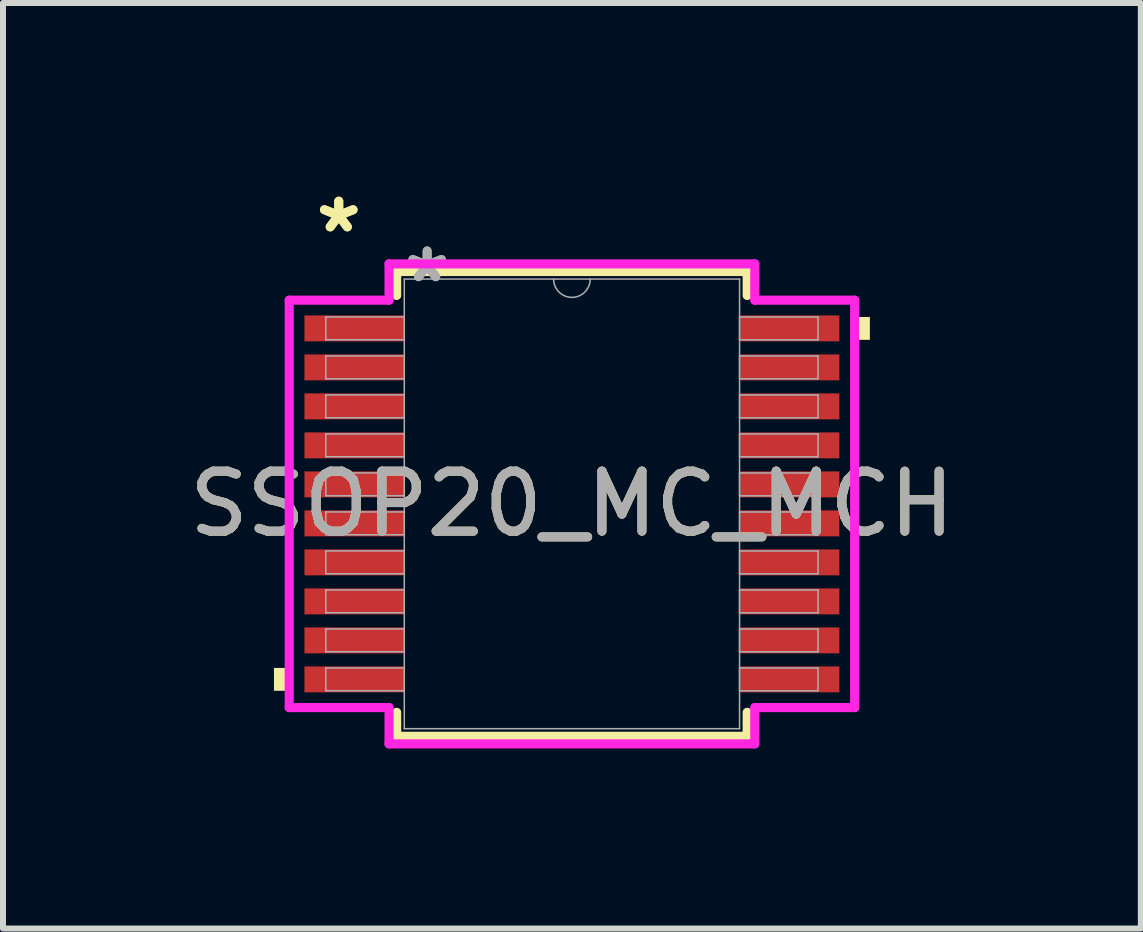
<source format=kicad_pcb>
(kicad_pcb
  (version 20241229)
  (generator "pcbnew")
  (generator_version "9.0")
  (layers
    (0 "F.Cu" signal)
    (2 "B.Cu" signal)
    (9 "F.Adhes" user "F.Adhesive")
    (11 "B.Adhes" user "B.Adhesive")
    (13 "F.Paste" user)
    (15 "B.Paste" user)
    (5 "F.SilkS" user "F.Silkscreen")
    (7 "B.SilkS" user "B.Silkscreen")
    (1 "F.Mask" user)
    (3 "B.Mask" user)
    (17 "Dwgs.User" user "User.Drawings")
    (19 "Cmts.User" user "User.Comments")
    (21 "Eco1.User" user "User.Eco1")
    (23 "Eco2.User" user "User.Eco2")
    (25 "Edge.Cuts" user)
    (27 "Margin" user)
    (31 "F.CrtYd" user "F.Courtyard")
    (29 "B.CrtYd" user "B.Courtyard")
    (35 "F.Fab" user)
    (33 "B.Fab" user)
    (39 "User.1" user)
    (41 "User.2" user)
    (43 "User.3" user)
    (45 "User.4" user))
  (footprint "SSOP20_MC_MCH"
    (layer "F.Cu")
    (at 6.482 5.348)
    (property "Reference" "SSOP20_MC_MCH" (at 0 0 0) (unlocked yes) (layer "F.SilkS") (effects (font (size 1 1) (thickness 0.15))))
    (attr smd)
    (fp_line (start -2.921 -3.873) (end -2.921 -3.474) (stroke (width 0.152) (type solid)) (layer "F.SilkS"))
    (fp_line (start -2.921 3.474) (end -2.921 3.873) (stroke (width 0.152) (type solid)) (layer "F.SilkS"))
    (fp_line (start -2.921 3.873) (end 2.921 3.873) (stroke (width 0.152) (type solid)) (layer "F.SilkS"))
    (fp_line (start 2.921 -3.873) (end -2.921 -3.873) (stroke (width 0.152) (type solid)) (layer "F.SilkS"))
    (fp_line (start 2.921 -3.474) (end 2.921 -3.873) (stroke (width 0.152) (type solid)) (layer "F.SilkS"))
    (fp_line (start 2.921 3.873) (end 2.921 3.474) (stroke (width 0.152) (type solid)) (layer "F.SilkS"))
    (fp_poly (pts (xy -4.966 2.734) (xy -4.966 3.115) (xy -4.712 3.115) (xy -4.712 2.734)) (stroke (width 0) (type solid)) (fill yes) (layer "F.SilkS"))
    (fp_poly (pts (xy 4.966 -3.115) (xy 4.966 -2.734) (xy 4.712 -2.734) (xy 4.712 -3.115)) (stroke (width 0) (type solid)) (fill yes) (layer "F.SilkS"))
    (fp_line (start -4.712 -3.395) (end -3.048 -3.395) (stroke (width 0.152) (type solid)) (layer "F.CrtYd"))
    (fp_line (start -4.712 3.395) (end -4.712 -3.395) (stroke (width 0.152) (type solid)) (layer "F.CrtYd"))
    (fp_line (start -4.712 3.395) (end -3.048 3.395) (stroke (width 0.152) (type solid)) (layer "F.CrtYd"))
    (fp_line (start -3.048 -4) (end 3.048 -4) (stroke (width 0.152) (type solid)) (layer "F.CrtYd"))
    (fp_line (start -3.048 -3.395) (end -3.048 -4) (stroke (width 0.152) (type solid)) (layer "F.CrtYd"))
    (fp_line (start -3.048 4) (end -3.048 3.395) (stroke (width 0.152) (type solid)) (layer "F.CrtYd"))
    (fp_line (start 3.048 -4) (end 3.048 -3.395) (stroke (width 0.152) (type solid)) (layer "F.CrtYd"))
    (fp_line (start 3.048 3.395) (end 3.048 4) (stroke (width 0.152) (type solid)) (layer "F.CrtYd"))
    (fp_line (start 3.048 4) (end -3.048 4) (stroke (width 0.152) (type solid)) (layer "F.CrtYd"))
    (fp_line (start 4.712 -3.395) (end 3.048 -3.395) (stroke (width 0.152) (type solid)) (layer "F.CrtYd"))
    (fp_line (start 4.712 -3.395) (end 4.712 3.395) (stroke (width 0.152) (type solid)) (layer "F.CrtYd"))
    (fp_line (start 4.712 3.395) (end 3.048 3.395) (stroke (width 0.152) (type solid)) (layer "F.CrtYd"))
    (fp_line (start -4.102 -3.116) (end -4.102 -2.735) (stroke (width 0.025) (type solid)) (layer "F.Fab"))
    (fp_line (start -4.102 -2.735) (end -2.794 -2.735) (stroke (width 0.025) (type solid)) (layer "F.Fab"))
    (fp_line (start -4.102 -2.466) (end -4.102 -2.084) (stroke (width 0.025) (type solid)) (layer "F.Fab"))
    (fp_line (start -4.102 -2.084) (end -2.794 -2.084) (stroke (width 0.025) (type solid)) (layer "F.Fab"))
    (fp_line (start -4.102 -1.816) (end -4.102 -1.435) (stroke (width 0.025) (type solid)) (layer "F.Fab"))
    (fp_line (start -4.102 -1.435) (end -2.794 -1.435) (stroke (width 0.025) (type solid)) (layer "F.Fab"))
    (fp_line (start -4.102 -1.166) (end -4.102 -0.785) (stroke (width 0.025) (type solid)) (layer "F.Fab"))
    (fp_line (start -4.102 -0.785) (end -2.794 -0.785) (stroke (width 0.025) (type solid)) (layer "F.Fab"))
    (fp_line (start -4.102 -0.516) (end -4.102 -0.135) (stroke (width 0.025) (type solid)) (layer "F.Fab"))
    (fp_line (start -4.102 -0.135) (end -2.794 -0.135) (stroke (width 0.025) (type solid)) (layer "F.Fab"))
    (fp_line (start -4.102 0.134) (end -4.102 0.515) (stroke (width 0.025) (type solid)) (layer "F.Fab"))
    (fp_line (start -4.102 0.515) (end -2.794 0.515) (stroke (width 0.025) (type solid)) (layer "F.Fab"))
    (fp_line (start -4.102 0.784) (end -4.102 1.165) (stroke (width 0.025) (type solid)) (layer "F.Fab"))
    (fp_line (start -4.102 1.165) (end -2.794 1.165) (stroke (width 0.025) (type solid)) (layer "F.Fab"))
    (fp_line (start -4.102 1.434) (end -4.102 1.815) (stroke (width 0.025) (type solid)) (layer "F.Fab"))
    (fp_line (start -4.102 1.815) (end -2.794 1.815) (stroke (width 0.025) (type solid)) (layer "F.Fab"))
    (fp_line (start -4.102 2.084) (end -4.102 2.465) (stroke (width 0.025) (type solid)) (layer "F.Fab"))
    (fp_line (start -4.102 2.465) (end -2.794 2.465) (stroke (width 0.025) (type solid)) (layer "F.Fab"))
    (fp_line (start -4.102 2.734) (end -4.102 3.115) (stroke (width 0.025) (type solid)) (layer "F.Fab"))
    (fp_line (start -4.102 3.115) (end -2.794 3.115) (stroke (width 0.025) (type solid)) (layer "F.Fab"))
    (fp_line (start -2.794 -3.747) (end -2.794 3.747) (stroke (width 0.025) (type solid)) (layer "F.Fab"))
    (fp_line (start -2.794 -3.116) (end -4.102 -3.116) (stroke (width 0.025) (type solid)) (layer "F.Fab"))
    (fp_line (start -2.794 -2.735) (end -2.794 -3.116) (stroke (width 0.025) (type solid)) (layer "F.Fab"))
    (fp_line (start -2.794 -2.466) (end -4.102 -2.466) (stroke (width 0.025) (type solid)) (layer "F.Fab"))
    (fp_line (start -2.794 -2.084) (end -2.794 -2.466) (stroke (width 0.025) (type solid)) (layer "F.Fab"))
    (fp_line (start -2.794 -1.816) (end -4.102 -1.816) (stroke (width 0.025) (type solid)) (layer "F.Fab"))
    (fp_line (start -2.794 -1.435) (end -2.794 -1.816) (stroke (width 0.025) (type solid)) (layer "F.Fab"))
    (fp_line (start -2.794 -1.166) (end -4.102 -1.166) (stroke (width 0.025) (type solid)) (layer "F.Fab"))
    (fp_line (start -2.794 -0.785) (end -2.794 -1.166) (stroke (width 0.025) (type solid)) (layer "F.Fab"))
    (fp_line (start -2.794 -0.516) (end -4.102 -0.516) (stroke (width 0.025) (type solid)) (layer "F.Fab"))
    (fp_line (start -2.794 -0.135) (end -2.794 -0.516) (stroke (width 0.025) (type solid)) (layer "F.Fab"))
    (fp_line (start -2.794 0.134) (end -4.102 0.134) (stroke (width 0.025) (type solid)) (layer "F.Fab"))
    (fp_line (start -2.794 0.515) (end -2.794 0.134) (stroke (width 0.025) (type solid)) (layer "F.Fab"))
    (fp_line (start -2.794 0.784) (end -4.102 0.784) (stroke (width 0.025) (type solid)) (layer "F.Fab"))
    (fp_line (start -2.794 1.165) (end -2.794 0.784) (stroke (width 0.025) (type solid)) (layer "F.Fab"))
    (fp_line (start -2.794 1.434) (end -4.102 1.434) (stroke (width 0.025) (type solid)) (layer "F.Fab"))
    (fp_line (start -2.794 1.815) (end -2.794 1.434) (stroke (width 0.025) (type solid)) (layer "F.Fab"))
    (fp_line (start -2.794 2.084) (end -4.102 2.084) (stroke (width 0.025) (type solid)) (layer "F.Fab"))
    (fp_line (start -2.794 2.465) (end -2.794 2.084) (stroke (width 0.025) (type solid)) (layer "F.Fab"))
    (fp_line (start -2.794 2.734) (end -4.102 2.734) (stroke (width 0.025) (type solid)) (layer "F.Fab"))
    (fp_line (start -2.794 3.115) (end -2.794 2.734) (stroke (width 0.025) (type solid)) (layer "F.Fab"))
    (fp_line (start -2.794 3.747) (end 2.794 3.747) (stroke (width 0.025) (type solid)) (layer "F.Fab"))
    (fp_line (start 2.794 -3.747) (end -2.794 -3.747) (stroke (width 0.025) (type solid)) (layer "F.Fab"))
    (fp_line (start 2.794 -3.115) (end 2.794 -2.734) (stroke (width 0.025) (type solid)) (layer "F.Fab"))
    (fp_line (start 2.794 -2.734) (end 4.102 -2.734) (stroke (width 0.025) (type solid)) (layer "F.Fab"))
    (fp_line (start 2.794 -2.465) (end 2.794 -2.084) (stroke (width 0.025) (type solid)) (layer "F.Fab"))
    (fp_line (start 2.794 -2.084) (end 4.102 -2.084) (stroke (width 0.025) (type solid)) (layer "F.Fab"))
    (fp_line (start 2.794 -1.815) (end 2.794 -1.434) (stroke (width 0.025) (type solid)) (layer "F.Fab"))
    (fp_line (start 2.794 -1.434) (end 4.102 -1.434) (stroke (width 0.025) (type solid)) (layer "F.Fab"))
    (fp_line (start 2.794 -1.165) (end 2.794 -0.784) (stroke (width 0.025) (type solid)) (layer "F.Fab"))
    (fp_line (start 2.794 -0.784) (end 4.102 -0.784) (stroke (width 0.025) (type solid)) (layer "F.Fab"))
    (fp_line (start 2.794 -0.515) (end 2.794 -0.134) (stroke (width 0.025) (type solid)) (layer "F.Fab"))
    (fp_line (start 2.794 -0.134) (end 4.102 -0.134) (stroke (width 0.025) (type solid)) (layer "F.Fab"))
    (fp_line (start 2.794 0.135) (end 2.794 0.516) (stroke (width 0.025) (type solid)) (layer "F.Fab"))
    (fp_line (start 2.794 0.516) (end 4.102 0.516) (stroke (width 0.025) (type solid)) (layer "F.Fab"))
    (fp_line (start 2.794 0.785) (end 2.794 1.166) (stroke (width 0.025) (type solid)) (layer "F.Fab"))
    (fp_line (start 2.794 1.166) (end 4.102 1.166) (stroke (width 0.025) (type solid)) (layer "F.Fab"))
    (fp_line (start 2.794 1.435) (end 2.794 1.816) (stroke (width 0.025) (type solid)) (layer "F.Fab"))
    (fp_line (start 2.794 1.816) (end 4.102 1.816) (stroke (width 0.025) (type solid)) (layer "F.Fab"))
    (fp_line (start 2.794 2.085) (end 2.794 2.466) (stroke (width 0.025) (type solid)) (layer "F.Fab"))
    (fp_line (start 2.794 2.466) (end 4.102 2.466) (stroke (width 0.025) (type solid)) (layer "F.Fab"))
    (fp_line (start 2.794 2.735) (end 2.794 3.116) (stroke (width 0.025) (type solid)) (layer "F.Fab"))
    (fp_line (start 2.794 3.116) (end 4.102 3.116) (stroke (width 0.025) (type solid)) (layer "F.Fab"))
    (fp_line (start 2.794 3.747) (end 2.794 -3.747) (stroke (width 0.025) (type solid)) (layer "F.Fab"))
    (fp_line (start 4.102 -3.115) (end 2.794 -3.115) (stroke (width 0.025) (type solid)) (layer "F.Fab"))
    (fp_line (start 4.102 -2.734) (end 4.102 -3.115) (stroke (width 0.025) (type solid)) (layer "F.Fab"))
    (fp_line (start 4.102 -2.465) (end 2.794 -2.465) (stroke (width 0.025) (type solid)) (layer "F.Fab"))
    (fp_line (start 4.102 -2.084) (end 4.102 -2.465) (stroke (width 0.025) (type solid)) (layer "F.Fab"))
    (fp_line (start 4.102 -1.815) (end 2.794 -1.815) (stroke (width 0.025) (type solid)) (layer "F.Fab"))
    (fp_line (start 4.102 -1.434) (end 4.102 -1.815) (stroke (width 0.025) (type solid)) (layer "F.Fab"))
    (fp_line (start 4.102 -1.165) (end 2.794 -1.165) (stroke (width 0.025) (type solid)) (layer "F.Fab"))
    (fp_line (start 4.102 -0.784) (end 4.102 -1.165) (stroke (width 0.025) (type solid)) (layer "F.Fab"))
    (fp_line (start 4.102 -0.515) (end 2.794 -0.515) (stroke (width 0.025) (type solid)) (layer "F.Fab"))
    (fp_line (start 4.102 -0.134) (end 4.102 -0.515) (stroke (width 0.025) (type solid)) (layer "F.Fab"))
    (fp_line (start 4.102 0.135) (end 2.794 0.135) (stroke (width 0.025) (type solid)) (layer "F.Fab"))
    (fp_line (start 4.102 0.516) (end 4.102 0.135) (stroke (width 0.025) (type solid)) (layer "F.Fab"))
    (fp_line (start 4.102 0.785) (end 2.794 0.785) (stroke (width 0.025) (type solid)) (layer "F.Fab"))
    (fp_line (start 4.102 1.166) (end 4.102 0.785) (stroke (width 0.025) (type solid)) (layer "F.Fab"))
    (fp_line (start 4.102 1.435) (end 2.794 1.435) (stroke (width 0.025) (type solid)) (layer "F.Fab"))
    (fp_line (start 4.102 1.816) (end 4.102 1.435) (stroke (width 0.025) (type solid)) (layer "F.Fab"))
    (fp_line (start 4.102 2.085) (end 2.794 2.085) (stroke (width 0.025) (type solid)) (layer "F.Fab"))
    (fp_line (start 4.102 2.466) (end 4.102 2.085) (stroke (width 0.025) (type solid)) (layer "F.Fab"))
    (fp_line (start 4.102 2.735) (end 2.794 2.735) (stroke (width 0.025) (type solid)) (layer "F.Fab"))
    (fp_line (start 4.102 3.116) (end 4.102 2.735) (stroke (width 0.025) (type solid)) (layer "F.Fab"))
    (fp_arc (start 0.3048 -3.7465) (mid 0 -3.4417) (end -0.3048 -3.7465) (stroke (width 0.0254) (type solid)) (layer "F.Fab"))
    (fp_text user "*" (at -3.886 -4.5 0) (unlocked yes) (layer "F.SilkS") (effects (font (size 1 1) (thickness 0.15))))
    (fp_text user "*" (at -3.886 -4.5 0) (layer "F.SilkS") (effects (font (size 1 1) (thickness 0.15))))
    (fp_text user "*" (at -2.413 -3.67 0) (layer "F.Fab") (effects (font (size 1 1) (thickness 0.15))))
    (fp_text user "*" (at -2.413 -3.67 0) (unlocked yes) (layer "F.Fab") (effects (font (size 1 1) (thickness 0.15))))
    (fp_text user "${REFERENCE}" (at 0 0 0) (unlocked yes) (layer "F.Fab") (effects (font (size 1 1) (thickness 0.15))))
    (pad "1" smd rect (at -3.632 -2.925) (size 1.651 0.432) (layers "F.Cu" "F.Mask" "F.Paste"))
    (pad "2" smd rect (at -3.632 -2.275) (size 1.651 0.432) (layers "F.Cu" "F.Mask" "F.Paste"))
    (pad "3" smd rect (at -3.632 -1.625) (size 1.651 0.432) (layers "F.Cu" "F.Mask" "F.Paste"))
    (pad "4" smd rect (at -3.632 -0.975) (size 1.651 0.432) (layers "F.Cu" "F.Mask" "F.Paste"))
    (pad "5" smd rect (at -3.632 -0.325) (size 1.651 0.432) (layers "F.Cu" "F.Mask" "F.Paste"))
    (pad "6" smd rect (at -3.632 0.325) (size 1.651 0.432) (layers "F.Cu" "F.Mask" "F.Paste"))
    (pad "7" smd rect (at -3.632 0.975) (size 1.651 0.432) (layers "F.Cu" "F.Mask" "F.Paste"))
    (pad "8" smd rect (at -3.632 1.625) (size 1.651 0.432) (layers "F.Cu" "F.Mask" "F.Paste"))
    (pad "9" smd rect (at -3.632 2.275) (size 1.651 0.432) (layers "F.Cu" "F.Mask" "F.Paste"))
    (pad "10" smd rect (at -3.632 2.925) (size 1.651 0.432) (layers "F.Cu" "F.Mask" "F.Paste"))
    (pad "11" smd rect (at 3.632 2.925) (size 1.651 0.432) (layers "F.Cu" "F.Mask" "F.Paste"))
    (pad "12" smd rect (at 3.632 2.275) (size 1.651 0.432) (layers "F.Cu" "F.Mask" "F.Paste"))
    (pad "13" smd rect (at 3.632 1.625) (size 1.651 0.432) (layers "F.Cu" "F.Mask" "F.Paste"))
    (pad "14" smd rect (at 3.632 0.975) (size 1.651 0.432) (layers "F.Cu" "F.Mask" "F.Paste"))
    (pad "15" smd rect (at 3.632 0.325) (size 1.651 0.432) (layers "F.Cu" "F.Mask" "F.Paste"))
    (pad "16" smd rect (at 3.632 -0.325) (size 1.651 0.432) (layers "F.Cu" "F.Mask" "F.Paste"))
    (pad "17" smd rect (at 3.632 -0.975) (size 1.651 0.432) (layers "F.Cu" "F.Mask" "F.Paste"))
    (pad "18" smd rect (at 3.632 -1.625) (size 1.651 0.432) (layers "F.Cu" "F.Mask" "F.Paste"))
    (pad "19" smd rect (at 3.632 -2.275) (size 1.651 0.432) (layers "F.Cu" "F.Mask" "F.Paste"))
    (pad "20" smd rect (at 3.632 -2.925) (size 1.651 0.432) (layers "F.Cu" "F.Mask" "F.Paste")))
  (gr_rect
    (start -3 -3)
    (end 15.964 12.425)
    (stroke (width 0.1) (type default))
    (fill no)
    (layer "Edge.Cuts")))
</source>
